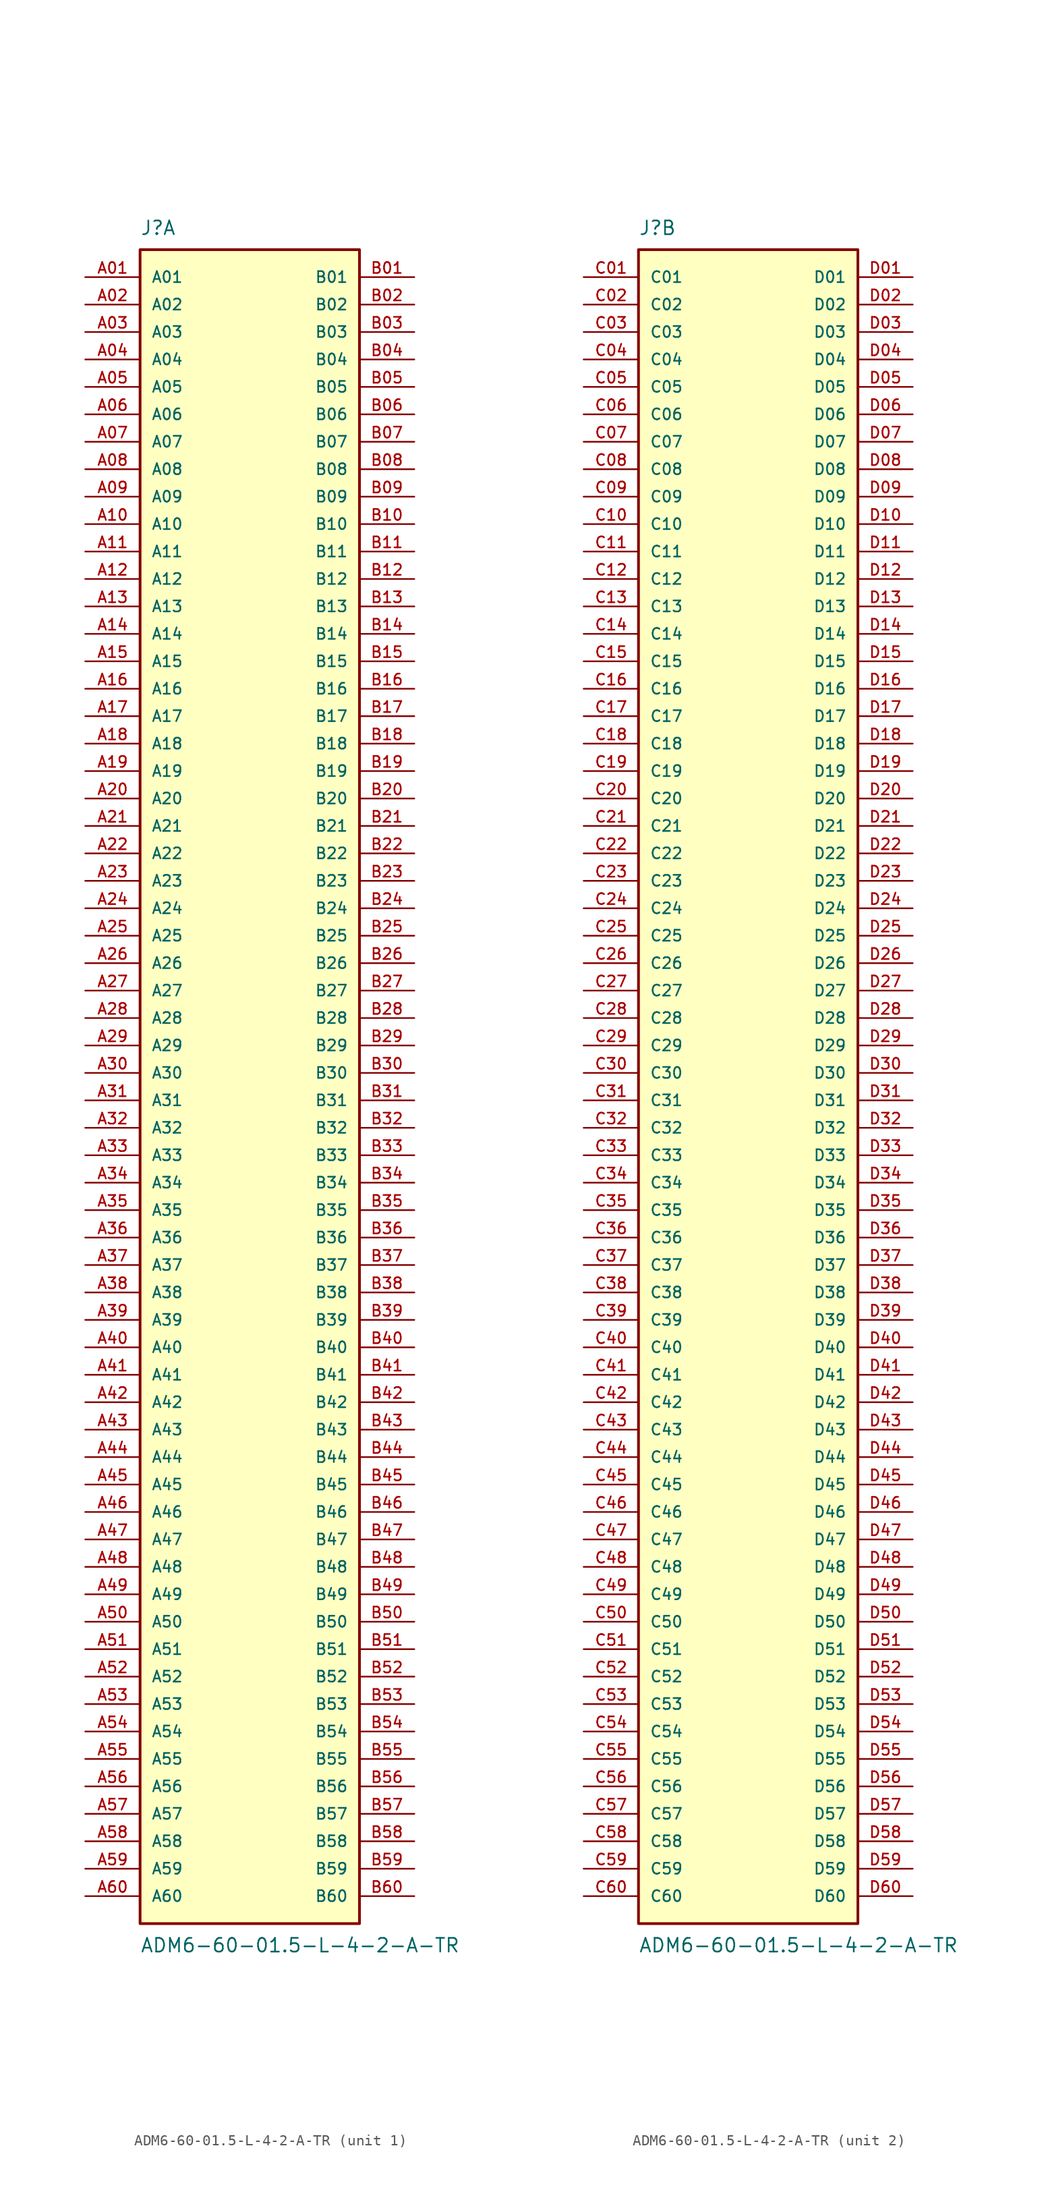
<source format=kicad_sym>
(kicad_symbol_lib
  (version 20211014)
  (generator kicad_symbol_editor)
  (symbol "ADM6-60-01.5-L-4-2-A-TR"
    (pin_names
      (offset 1.016))
    (property "Reference" "J"
      (at -10.16 77.47 0)
      (effects (font (size 1.27 1.27)) (justify bottom left)))
    (property "Value" "ADM6-60-01.5-L-4-2-A-TR"
      (at -10.16 -80.01 0)
      (effects (font (size 1.27 1.27)) (justify top left)))
    (symbol "ADM6-60-01.5-L-4-2-A-TR_1_0"
      (rectangle (start -10.16 -78.74) (end 10.16 76.2) (stroke (width 0.254)) (fill (type background)))
      (pin passive line (at -15.24 73.66 0) (length 5.08) (name "A01" (effects (font (size 1.016 1.016)))) (number "A01" (effects (font (size 1.016 1.016)))))
      (pin passive line (at -15.24 71.12 0) (length 5.08) (name "A02" (effects (font (size 1.016 1.016)))) (number "A02" (effects (font (size 1.016 1.016)))))
      (pin passive line (at -15.24 68.58 0) (length 5.08) (name "A03" (effects (font (size 1.016 1.016)))) (number "A03" (effects (font (size 1.016 1.016)))))
      (pin passive line (at -15.24 66.04 0) (length 5.08) (name "A04" (effects (font (size 1.016 1.016)))) (number "A04" (effects (font (size 1.016 1.016)))))
      (pin passive line (at -15.24 63.5 0) (length 5.08) (name "A05" (effects (font (size 1.016 1.016)))) (number "A05" (effects (font (size 1.016 1.016)))))
      (pin passive line (at -15.24 60.96 0) (length 5.08) (name "A06" (effects (font (size 1.016 1.016)))) (number "A06" (effects (font (size 1.016 1.016)))))
      (pin passive line (at -15.24 58.42 0) (length 5.08) (name "A07" (effects (font (size 1.016 1.016)))) (number "A07" (effects (font (size 1.016 1.016)))))
      (pin passive line (at -15.24 55.88 0) (length 5.08) (name "A08" (effects (font (size 1.016 1.016)))) (number "A08" (effects (font (size 1.016 1.016)))))
      (pin passive line (at -15.24 53.34 0) (length 5.08) (name "A09" (effects (font (size 1.016 1.016)))) (number "A09" (effects (font (size 1.016 1.016)))))
      (pin passive line (at -15.24 50.8 0) (length 5.08) (name "A10" (effects (font (size 1.016 1.016)))) (number "A10" (effects (font (size 1.016 1.016)))))
      (pin passive line (at -15.24 48.26 0) (length 5.08) (name "A11" (effects (font (size 1.016 1.016)))) (number "A11" (effects (font (size 1.016 1.016)))))
      (pin passive line (at -15.24 45.72 0) (length 5.08) (name "A12" (effects (font (size 1.016 1.016)))) (number "A12" (effects (font (size 1.016 1.016)))))
      (pin passive line (at -15.24 43.18 0) (length 5.08) (name "A13" (effects (font (size 1.016 1.016)))) (number "A13" (effects (font (size 1.016 1.016)))))
      (pin passive line (at -15.24 40.64 0) (length 5.08) (name "A14" (effects (font (size 1.016 1.016)))) (number "A14" (effects (font (size 1.016 1.016)))))
      (pin passive line (at -15.24 38.1 0) (length 5.08) (name "A15" (effects (font (size 1.016 1.016)))) (number "A15" (effects (font (size 1.016 1.016)))))
      (pin passive line (at -15.24 35.56 0) (length 5.08) (name "A16" (effects (font (size 1.016 1.016)))) (number "A16" (effects (font (size 1.016 1.016)))))
      (pin passive line (at -15.24 33.02 0) (length 5.08) (name "A17" (effects (font (size 1.016 1.016)))) (number "A17" (effects (font (size 1.016 1.016)))))
      (pin passive line (at -15.24 30.48 0) (length 5.08) (name "A18" (effects (font (size 1.016 1.016)))) (number "A18" (effects (font (size 1.016 1.016)))))
      (pin passive line (at -15.24 27.94 0) (length 5.08) (name "A19" (effects (font (size 1.016 1.016)))) (number "A19" (effects (font (size 1.016 1.016)))))
      (pin passive line (at -15.24 25.4 0) (length 5.08) (name "A20" (effects (font (size 1.016 1.016)))) (number "A20" (effects (font (size 1.016 1.016)))))
      (pin passive line (at -15.24 22.86 0) (length 5.08) (name "A21" (effects (font (size 1.016 1.016)))) (number "A21" (effects (font (size 1.016 1.016)))))
      (pin passive line (at -15.24 20.32 0) (length 5.08) (name "A22" (effects (font (size 1.016 1.016)))) (number "A22" (effects (font (size 1.016 1.016)))))
      (pin passive line (at -15.24 17.78 0) (length 5.08) (name "A23" (effects (font (size 1.016 1.016)))) (number "A23" (effects (font (size 1.016 1.016)))))
      (pin passive line (at -15.24 15.24 0) (length 5.08) (name "A24" (effects (font (size 1.016 1.016)))) (number "A24" (effects (font (size 1.016 1.016)))))
      (pin passive line (at -15.24 12.7 0) (length 5.08) (name "A25" (effects (font (size 1.016 1.016)))) (number "A25" (effects (font (size 1.016 1.016)))))
      (pin passive line (at -15.24 10.16 0) (length 5.08) (name "A26" (effects (font (size 1.016 1.016)))) (number "A26" (effects (font (size 1.016 1.016)))))
      (pin passive line (at -15.24 7.62 0) (length 5.08) (name "A27" (effects (font (size 1.016 1.016)))) (number "A27" (effects (font (size 1.016 1.016)))))
      (pin passive line (at -15.24 5.08 0) (length 5.08) (name "A28" (effects (font (size 1.016 1.016)))) (number "A28" (effects (font (size 1.016 1.016)))))
      (pin passive line (at -15.24 2.54 0) (length 5.08) (name "A29" (effects (font (size 1.016 1.016)))) (number "A29" (effects (font (size 1.016 1.016)))))
      (pin passive line (at -15.24 0.0 0) (length 5.08) (name "A30" (effects (font (size 1.016 1.016)))) (number "A30" (effects (font (size 1.016 1.016)))))
      (pin passive line (at -15.24 -2.54 0) (length 5.08) (name "A31" (effects (font (size 1.016 1.016)))) (number "A31" (effects (font (size 1.016 1.016)))))
      (pin passive line (at -15.24 -5.08 0) (length 5.08) (name "A32" (effects (font (size 1.016 1.016)))) (number "A32" (effects (font (size 1.016 1.016)))))
      (pin passive line (at -15.24 -7.62 0) (length 5.08) (name "A33" (effects (font (size 1.016 1.016)))) (number "A33" (effects (font (size 1.016 1.016)))))
      (pin passive line (at -15.24 -10.16 0) (length 5.08) (name "A34" (effects (font (size 1.016 1.016)))) (number "A34" (effects (font (size 1.016 1.016)))))
      (pin passive line (at -15.24 -12.7 0) (length 5.08) (name "A35" (effects (font (size 1.016 1.016)))) (number "A35" (effects (font (size 1.016 1.016)))))
      (pin passive line (at -15.24 -15.24 0) (length 5.08) (name "A36" (effects (font (size 1.016 1.016)))) (number "A36" (effects (font (size 1.016 1.016)))))
      (pin passive line (at -15.24 -17.78 0) (length 5.08) (name "A37" (effects (font (size 1.016 1.016)))) (number "A37" (effects (font (size 1.016 1.016)))))
      (pin passive line (at -15.24 -20.32 0) (length 5.08) (name "A38" (effects (font (size 1.016 1.016)))) (number "A38" (effects (font (size 1.016 1.016)))))
      (pin passive line (at -15.24 -22.86 0) (length 5.08) (name "A39" (effects (font (size 1.016 1.016)))) (number "A39" (effects (font (size 1.016 1.016)))))
      (pin passive line (at -15.24 -25.4 0) (length 5.08) (name "A40" (effects (font (size 1.016 1.016)))) (number "A40" (effects (font (size 1.016 1.016)))))
      (pin passive line (at -15.24 -27.94 0) (length 5.08) (name "A41" (effects (font (size 1.016 1.016)))) (number "A41" (effects (font (size 1.016 1.016)))))
      (pin passive line (at -15.24 -30.48 0) (length 5.08) (name "A42" (effects (font (size 1.016 1.016)))) (number "A42" (effects (font (size 1.016 1.016)))))
      (pin passive line (at -15.24 -33.02 0) (length 5.08) (name "A43" (effects (font (size 1.016 1.016)))) (number "A43" (effects (font (size 1.016 1.016)))))
      (pin passive line (at -15.24 -35.56 0) (length 5.08) (name "A44" (effects (font (size 1.016 1.016)))) (number "A44" (effects (font (size 1.016 1.016)))))
      (pin passive line (at -15.24 -38.1 0) (length 5.08) (name "A45" (effects (font (size 1.016 1.016)))) (number "A45" (effects (font (size 1.016 1.016)))))
      (pin passive line (at -15.24 -40.64 0) (length 5.08) (name "A46" (effects (font (size 1.016 1.016)))) (number "A46" (effects (font (size 1.016 1.016)))))
      (pin passive line (at -15.24 -43.18 0) (length 5.08) (name "A47" (effects (font (size 1.016 1.016)))) (number "A47" (effects (font (size 1.016 1.016)))))
      (pin passive line (at -15.24 -45.72 0) (length 5.08) (name "A48" (effects (font (size 1.016 1.016)))) (number "A48" (effects (font (size 1.016 1.016)))))
      (pin passive line (at -15.24 -48.26 0) (length 5.08) (name "A49" (effects (font (size 1.016 1.016)))) (number "A49" (effects (font (size 1.016 1.016)))))
      (pin passive line (at -15.24 -50.8 0) (length 5.08) (name "A50" (effects (font (size 1.016 1.016)))) (number "A50" (effects (font (size 1.016 1.016)))))
      (pin passive line (at -15.24 -53.34 0) (length 5.08) (name "A51" (effects (font (size 1.016 1.016)))) (number "A51" (effects (font (size 1.016 1.016)))))
      (pin passive line (at -15.24 -55.88 0) (length 5.08) (name "A52" (effects (font (size 1.016 1.016)))) (number "A52" (effects (font (size 1.016 1.016)))))
      (pin passive line (at -15.24 -58.42 0) (length 5.08) (name "A53" (effects (font (size 1.016 1.016)))) (number "A53" (effects (font (size 1.016 1.016)))))
      (pin passive line (at -15.24 -60.96 0) (length 5.08) (name "A54" (effects (font (size 1.016 1.016)))) (number "A54" (effects (font (size 1.016 1.016)))))
      (pin passive line (at -15.24 -63.5 0) (length 5.08) (name "A55" (effects (font (size 1.016 1.016)))) (number "A55" (effects (font (size 1.016 1.016)))))
      (pin passive line (at -15.24 -66.04 0) (length 5.08) (name "A56" (effects (font (size 1.016 1.016)))) (number "A56" (effects (font (size 1.016 1.016)))))
      (pin passive line (at -15.24 -68.58 0) (length 5.08) (name "A57" (effects (font (size 1.016 1.016)))) (number "A57" (effects (font (size 1.016 1.016)))))
      (pin passive line (at -15.24 -71.12 0) (length 5.08) (name "A58" (effects (font (size 1.016 1.016)))) (number "A58" (effects (font (size 1.016 1.016)))))
      (pin passive line (at -15.24 -73.66 0) (length 5.08) (name "A59" (effects (font (size 1.016 1.016)))) (number "A59" (effects (font (size 1.016 1.016)))))
      (pin passive line (at -15.24 -76.2 0) (length 5.08) (name "A60" (effects (font (size 1.016 1.016)))) (number "A60" (effects (font (size 1.016 1.016)))))
      (pin passive line (at 15.24 73.66 180.0) (length 5.08) (name "B01" (effects (font (size 1.016 1.016)))) (number "B01" (effects (font (size 1.016 1.016)))))
      (pin passive line (at 15.24 71.12 180.0) (length 5.08) (name "B02" (effects (font (size 1.016 1.016)))) (number "B02" (effects (font (size 1.016 1.016)))))
      (pin passive line (at 15.24 68.58 180.0) (length 5.08) (name "B03" (effects (font (size 1.016 1.016)))) (number "B03" (effects (font (size 1.016 1.016)))))
      (pin passive line (at 15.24 66.04 180.0) (length 5.08) (name "B04" (effects (font (size 1.016 1.016)))) (number "B04" (effects (font (size 1.016 1.016)))))
      (pin passive line (at 15.24 63.5 180.0) (length 5.08) (name "B05" (effects (font (size 1.016 1.016)))) (number "B05" (effects (font (size 1.016 1.016)))))
      (pin passive line (at 15.24 60.96 180.0) (length 5.08) (name "B06" (effects (font (size 1.016 1.016)))) (number "B06" (effects (font (size 1.016 1.016)))))
      (pin passive line (at 15.24 58.42 180.0) (length 5.08) (name "B07" (effects (font (size 1.016 1.016)))) (number "B07" (effects (font (size 1.016 1.016)))))
      (pin passive line (at 15.24 55.88 180.0) (length 5.08) (name "B08" (effects (font (size 1.016 1.016)))) (number "B08" (effects (font (size 1.016 1.016)))))
      (pin passive line (at 15.24 53.34 180.0) (length 5.08) (name "B09" (effects (font (size 1.016 1.016)))) (number "B09" (effects (font (size 1.016 1.016)))))
      (pin passive line (at 15.24 50.8 180.0) (length 5.08) (name "B10" (effects (font (size 1.016 1.016)))) (number "B10" (effects (font (size 1.016 1.016)))))
      (pin passive line (at 15.24 48.26 180.0) (length 5.08) (name "B11" (effects (font (size 1.016 1.016)))) (number "B11" (effects (font (size 1.016 1.016)))))
      (pin passive line (at 15.24 45.72 180.0) (length 5.08) (name "B12" (effects (font (size 1.016 1.016)))) (number "B12" (effects (font (size 1.016 1.016)))))
      (pin passive line (at 15.24 43.18 180.0) (length 5.08) (name "B13" (effects (font (size 1.016 1.016)))) (number "B13" (effects (font (size 1.016 1.016)))))
      (pin passive line (at 15.24 40.64 180.0) (length 5.08) (name "B14" (effects (font (size 1.016 1.016)))) (number "B14" (effects (font (size 1.016 1.016)))))
      (pin passive line (at 15.24 38.1 180.0) (length 5.08) (name "B15" (effects (font (size 1.016 1.016)))) (number "B15" (effects (font (size 1.016 1.016)))))
      (pin passive line (at 15.24 35.56 180.0) (length 5.08) (name "B16" (effects (font (size 1.016 1.016)))) (number "B16" (effects (font (size 1.016 1.016)))))
      (pin passive line (at 15.24 33.02 180.0) (length 5.08) (name "B17" (effects (font (size 1.016 1.016)))) (number "B17" (effects (font (size 1.016 1.016)))))
      (pin passive line (at 15.24 30.48 180.0) (length 5.08) (name "B18" (effects (font (size 1.016 1.016)))) (number "B18" (effects (font (size 1.016 1.016)))))
      (pin passive line (at 15.24 27.94 180.0) (length 5.08) (name "B19" (effects (font (size 1.016 1.016)))) (number "B19" (effects (font (size 1.016 1.016)))))
      (pin passive line (at 15.24 25.4 180.0) (length 5.08) (name "B20" (effects (font (size 1.016 1.016)))) (number "B20" (effects (font (size 1.016 1.016)))))
      (pin passive line (at 15.24 22.86 180.0) (length 5.08) (name "B21" (effects (font (size 1.016 1.016)))) (number "B21" (effects (font (size 1.016 1.016)))))
      (pin passive line (at 15.24 20.32 180.0) (length 5.08) (name "B22" (effects (font (size 1.016 1.016)))) (number "B22" (effects (font (size 1.016 1.016)))))
      (pin passive line (at 15.24 17.78 180.0) (length 5.08) (name "B23" (effects (font (size 1.016 1.016)))) (number "B23" (effects (font (size 1.016 1.016)))))
      (pin passive line (at 15.24 15.24 180.0) (length 5.08) (name "B24" (effects (font (size 1.016 1.016)))) (number "B24" (effects (font (size 1.016 1.016)))))
      (pin passive line (at 15.24 12.7 180.0) (length 5.08) (name "B25" (effects (font (size 1.016 1.016)))) (number "B25" (effects (font (size 1.016 1.016)))))
      (pin passive line (at 15.24 10.16 180.0) (length 5.08) (name "B26" (effects (font (size 1.016 1.016)))) (number "B26" (effects (font (size 1.016 1.016)))))
      (pin passive line (at 15.24 7.62 180.0) (length 5.08) (name "B27" (effects (font (size 1.016 1.016)))) (number "B27" (effects (font (size 1.016 1.016)))))
      (pin passive line (at 15.24 5.08 180.0) (length 5.08) (name "B28" (effects (font (size 1.016 1.016)))) (number "B28" (effects (font (size 1.016 1.016)))))
      (pin passive line (at 15.24 2.54 180.0) (length 5.08) (name "B29" (effects (font (size 1.016 1.016)))) (number "B29" (effects (font (size 1.016 1.016)))))
      (pin passive line (at 15.24 0.0 180.0) (length 5.08) (name "B30" (effects (font (size 1.016 1.016)))) (number "B30" (effects (font (size 1.016 1.016)))))
      (pin passive line (at 15.24 -2.54 180.0) (length 5.08) (name "B31" (effects (font (size 1.016 1.016)))) (number "B31" (effects (font (size 1.016 1.016)))))
      (pin passive line (at 15.24 -5.08 180.0) (length 5.08) (name "B32" (effects (font (size 1.016 1.016)))) (number "B32" (effects (font (size 1.016 1.016)))))
      (pin passive line (at 15.24 -7.62 180.0) (length 5.08) (name "B33" (effects (font (size 1.016 1.016)))) (number "B33" (effects (font (size 1.016 1.016)))))
      (pin passive line (at 15.24 -10.16 180.0) (length 5.08) (name "B34" (effects (font (size 1.016 1.016)))) (number "B34" (effects (font (size 1.016 1.016)))))
      (pin passive line (at 15.24 -12.7 180.0) (length 5.08) (name "B35" (effects (font (size 1.016 1.016)))) (number "B35" (effects (font (size 1.016 1.016)))))
      (pin passive line (at 15.24 -15.24 180.0) (length 5.08) (name "B36" (effects (font (size 1.016 1.016)))) (number "B36" (effects (font (size 1.016 1.016)))))
      (pin passive line (at 15.24 -17.78 180.0) (length 5.08) (name "B37" (effects (font (size 1.016 1.016)))) (number "B37" (effects (font (size 1.016 1.016)))))
      (pin passive line (at 15.24 -20.32 180.0) (length 5.08) (name "B38" (effects (font (size 1.016 1.016)))) (number "B38" (effects (font (size 1.016 1.016)))))
      (pin passive line (at 15.24 -22.86 180.0) (length 5.08) (name "B39" (effects (font (size 1.016 1.016)))) (number "B39" (effects (font (size 1.016 1.016)))))
      (pin passive line (at 15.24 -25.4 180.0) (length 5.08) (name "B40" (effects (font (size 1.016 1.016)))) (number "B40" (effects (font (size 1.016 1.016)))))
      (pin passive line (at 15.24 -27.94 180.0) (length 5.08) (name "B41" (effects (font (size 1.016 1.016)))) (number "B41" (effects (font (size 1.016 1.016)))))
      (pin passive line (at 15.24 -30.48 180.0) (length 5.08) (name "B42" (effects (font (size 1.016 1.016)))) (number "B42" (effects (font (size 1.016 1.016)))))
      (pin passive line (at 15.24 -33.02 180.0) (length 5.08) (name "B43" (effects (font (size 1.016 1.016)))) (number "B43" (effects (font (size 1.016 1.016)))))
      (pin passive line (at 15.24 -35.56 180.0) (length 5.08) (name "B44" (effects (font (size 1.016 1.016)))) (number "B44" (effects (font (size 1.016 1.016)))))
      (pin passive line (at 15.24 -38.1 180.0) (length 5.08) (name "B45" (effects (font (size 1.016 1.016)))) (number "B45" (effects (font (size 1.016 1.016)))))
      (pin passive line (at 15.24 -40.64 180.0) (length 5.08) (name "B46" (effects (font (size 1.016 1.016)))) (number "B46" (effects (font (size 1.016 1.016)))))
      (pin passive line (at 15.24 -43.18 180.0) (length 5.08) (name "B47" (effects (font (size 1.016 1.016)))) (number "B47" (effects (font (size 1.016 1.016)))))
      (pin passive line (at 15.24 -45.72 180.0) (length 5.08) (name "B48" (effects (font (size 1.016 1.016)))) (number "B48" (effects (font (size 1.016 1.016)))))
      (pin passive line (at 15.24 -48.26 180.0) (length 5.08) (name "B49" (effects (font (size 1.016 1.016)))) (number "B49" (effects (font (size 1.016 1.016)))))
      (pin passive line (at 15.24 -50.8 180.0) (length 5.08) (name "B50" (effects (font (size 1.016 1.016)))) (number "B50" (effects (font (size 1.016 1.016)))))
      (pin passive line (at 15.24 -53.34 180.0) (length 5.08) (name "B51" (effects (font (size 1.016 1.016)))) (number "B51" (effects (font (size 1.016 1.016)))))
      (pin passive line (at 15.24 -55.88 180.0) (length 5.08) (name "B52" (effects (font (size 1.016 1.016)))) (number "B52" (effects (font (size 1.016 1.016)))))
      (pin passive line (at 15.24 -58.42 180.0) (length 5.08) (name "B53" (effects (font (size 1.016 1.016)))) (number "B53" (effects (font (size 1.016 1.016)))))
      (pin passive line (at 15.24 -60.96 180.0) (length 5.08) (name "B54" (effects (font (size 1.016 1.016)))) (number "B54" (effects (font (size 1.016 1.016)))))
      (pin passive line (at 15.24 -63.5 180.0) (length 5.08) (name "B55" (effects (font (size 1.016 1.016)))) (number "B55" (effects (font (size 1.016 1.016)))))
      (pin passive line (at 15.24 -66.04 180.0) (length 5.08) (name "B56" (effects (font (size 1.016 1.016)))) (number "B56" (effects (font (size 1.016 1.016)))))
      (pin passive line (at 15.24 -68.58 180.0) (length 5.08) (name "B57" (effects (font (size 1.016 1.016)))) (number "B57" (effects (font (size 1.016 1.016)))))
      (pin passive line (at 15.24 -71.12 180.0) (length 5.08) (name "B58" (effects (font (size 1.016 1.016)))) (number "B58" (effects (font (size 1.016 1.016)))))
      (pin passive line (at 15.24 -73.66 180.0) (length 5.08) (name "B59" (effects (font (size 1.016 1.016)))) (number "B59" (effects (font (size 1.016 1.016)))))
      (pin passive line (at 15.24 -76.2 180.0) (length 5.08) (name "B60" (effects (font (size 1.016 1.016)))) (number "B60" (effects (font (size 1.016 1.016))))))
    (symbol "ADM6-60-01.5-L-4-2-A-TR_2_0"
      (rectangle (start -10.16 -78.74) (end 10.16 76.2) (stroke (width 0.254)) (fill (type background)))
      (pin passive line (at -15.24 73.66 0) (length 5.08) (name "C01" (effects (font (size 1.016 1.016)))) (number "C01" (effects (font (size 1.016 1.016)))))
      (pin passive line (at 15.24 73.66 180.0) (length 5.08) (name "D01" (effects (font (size 1.016 1.016)))) (number "D01" (effects (font (size 1.016 1.016)))))
      (pin passive line (at -15.24 71.12 0) (length 5.08) (name "C02" (effects (font (size 1.016 1.016)))) (number "C02" (effects (font (size 1.016 1.016)))))
      (pin passive line (at -15.24 68.58 0) (length 5.08) (name "C03" (effects (font (size 1.016 1.016)))) (number "C03" (effects (font (size 1.016 1.016)))))
      (pin passive line (at -15.24 66.04 0) (length 5.08) (name "C04" (effects (font (size 1.016 1.016)))) (number "C04" (effects (font (size 1.016 1.016)))))
      (pin passive line (at -15.24 63.5 0) (length 5.08) (name "C05" (effects (font (size 1.016 1.016)))) (number "C05" (effects (font (size 1.016 1.016)))))
      (pin passive line (at -15.24 60.96 0) (length 5.08) (name "C06" (effects (font (size 1.016 1.016)))) (number "C06" (effects (font (size 1.016 1.016)))))
      (pin passive line (at -15.24 58.42 0) (length 5.08) (name "C07" (effects (font (size 1.016 1.016)))) (number "C07" (effects (font (size 1.016 1.016)))))
      (pin passive line (at -15.24 55.88 0) (length 5.08) (name "C08" (effects (font (size 1.016 1.016)))) (number "C08" (effects (font (size 1.016 1.016)))))
      (pin passive line (at -15.24 53.34 0) (length 5.08) (name "C09" (effects (font (size 1.016 1.016)))) (number "C09" (effects (font (size 1.016 1.016)))))
      (pin passive line (at -15.24 50.8 0) (length 5.08) (name "C10" (effects (font (size 1.016 1.016)))) (number "C10" (effects (font (size 1.016 1.016)))))
      (pin passive line (at -15.24 48.26 0) (length 5.08) (name "C11" (effects (font (size 1.016 1.016)))) (number "C11" (effects (font (size 1.016 1.016)))))
      (pin passive line (at -15.24 45.72 0) (length 5.08) (name "C12" (effects (font (size 1.016 1.016)))) (number "C12" (effects (font (size 1.016 1.016)))))
      (pin passive line (at -15.24 43.18 0) (length 5.08) (name "C13" (effects (font (size 1.016 1.016)))) (number "C13" (effects (font (size 1.016 1.016)))))
      (pin passive line (at -15.24 40.64 0) (length 5.08) (name "C14" (effects (font (size 1.016 1.016)))) (number "C14" (effects (font (size 1.016 1.016)))))
      (pin passive line (at -15.24 38.1 0) (length 5.08) (name "C15" (effects (font (size 1.016 1.016)))) (number "C15" (effects (font (size 1.016 1.016)))))
      (pin passive line (at -15.24 35.56 0) (length 5.08) (name "C16" (effects (font (size 1.016 1.016)))) (number "C16" (effects (font (size 1.016 1.016)))))
      (pin passive line (at -15.24 33.02 0) (length 5.08) (name "C17" (effects (font (size 1.016 1.016)))) (number "C17" (effects (font (size 1.016 1.016)))))
      (pin passive line (at -15.24 30.48 0) (length 5.08) (name "C18" (effects (font (size 1.016 1.016)))) (number "C18" (effects (font (size 1.016 1.016)))))
      (pin passive line (at -15.24 27.94 0) (length 5.08) (name "C19" (effects (font (size 1.016 1.016)))) (number "C19" (effects (font (size 1.016 1.016)))))
      (pin passive line (at -15.24 25.4 0) (length 5.08) (name "C20" (effects (font (size 1.016 1.016)))) (number "C20" (effects (font (size 1.016 1.016)))))
      (pin passive line (at -15.24 22.86 0) (length 5.08) (name "C21" (effects (font (size 1.016 1.016)))) (number "C21" (effects (font (size 1.016 1.016)))))
      (pin passive line (at -15.24 20.32 0) (length 5.08) (name "C22" (effects (font (size 1.016 1.016)))) (number "C22" (effects (font (size 1.016 1.016)))))
      (pin passive line (at -15.24 17.78 0) (length 5.08) (name "C23" (effects (font (size 1.016 1.016)))) (number "C23" (effects (font (size 1.016 1.016)))))
      (pin passive line (at -15.24 15.24 0) (length 5.08) (name "C24" (effects (font (size 1.016 1.016)))) (number "C24" (effects (font (size 1.016 1.016)))))
      (pin passive line (at -15.24 12.7 0) (length 5.08) (name "C25" (effects (font (size 1.016 1.016)))) (number "C25" (effects (font (size 1.016 1.016)))))
      (pin passive line (at -15.24 10.16 0) (length 5.08) (name "C26" (effects (font (size 1.016 1.016)))) (number "C26" (effects (font (size 1.016 1.016)))))
      (pin passive line (at -15.24 7.62 0) (length 5.08) (name "C27" (effects (font (size 1.016 1.016)))) (number "C27" (effects (font (size 1.016 1.016)))))
      (pin passive line (at -15.24 5.08 0) (length 5.08) (name "C28" (effects (font (size 1.016 1.016)))) (number "C28" (effects (font (size 1.016 1.016)))))
      (pin passive line (at -15.24 2.54 0) (length 5.08) (name "C29" (effects (font (size 1.016 1.016)))) (number "C29" (effects (font (size 1.016 1.016)))))
      (pin passive line (at -15.24 0.0 0) (length 5.08) (name "C30" (effects (font (size 1.016 1.016)))) (number "C30" (effects (font (size 1.016 1.016)))))
      (pin passive line (at -15.24 -2.54 0) (length 5.08) (name "C31" (effects (font (size 1.016 1.016)))) (number "C31" (effects (font (size 1.016 1.016)))))
      (pin passive line (at -15.24 -5.08 0) (length 5.08) (name "C32" (effects (font (size 1.016 1.016)))) (number "C32" (effects (font (size 1.016 1.016)))))
      (pin passive line (at -15.24 -7.62 0) (length 5.08) (name "C33" (effects (font (size 1.016 1.016)))) (number "C33" (effects (font (size 1.016 1.016)))))
      (pin passive line (at -15.24 -10.16 0) (length 5.08) (name "C34" (effects (font (size 1.016 1.016)))) (number "C34" (effects (font (size 1.016 1.016)))))
      (pin passive line (at -15.24 -12.7 0) (length 5.08) (name "C35" (effects (font (size 1.016 1.016)))) (number "C35" (effects (font (size 1.016 1.016)))))
      (pin passive line (at -15.24 -15.24 0) (length 5.08) (name "C36" (effects (font (size 1.016 1.016)))) (number "C36" (effects (font (size 1.016 1.016)))))
      (pin passive line (at -15.24 -17.78 0) (length 5.08) (name "C37" (effects (font (size 1.016 1.016)))) (number "C37" (effects (font (size 1.016 1.016)))))
      (pin passive line (at -15.24 -20.32 0) (length 5.08) (name "C38" (effects (font (size 1.016 1.016)))) (number "C38" (effects (font (size 1.016 1.016)))))
      (pin passive line (at -15.24 -22.86 0) (length 5.08) (name "C39" (effects (font (size 1.016 1.016)))) (number "C39" (effects (font (size 1.016 1.016)))))
      (pin passive line (at -15.24 -25.4 0) (length 5.08) (name "C40" (effects (font (size 1.016 1.016)))) (number "C40" (effects (font (size 1.016 1.016)))))
      (pin passive line (at -15.24 -27.94 0) (length 5.08) (name "C41" (effects (font (size 1.016 1.016)))) (number "C41" (effects (font (size 1.016 1.016)))))
      (pin passive line (at -15.24 -30.48 0) (length 5.08) (name "C42" (effects (font (size 1.016 1.016)))) (number "C42" (effects (font (size 1.016 1.016)))))
      (pin passive line (at -15.24 -33.02 0) (length 5.08) (name "C43" (effects (font (size 1.016 1.016)))) (number "C43" (effects (font (size 1.016 1.016)))))
      (pin passive line (at -15.24 -35.56 0) (length 5.08) (name "C44" (effects (font (size 1.016 1.016)))) (number "C44" (effects (font (size 1.016 1.016)))))
      (pin passive line (at -15.24 -38.1 0) (length 5.08) (name "C45" (effects (font (size 1.016 1.016)))) (number "C45" (effects (font (size 1.016 1.016)))))
      (pin passive line (at -15.24 -40.64 0) (length 5.08) (name "C46" (effects (font (size 1.016 1.016)))) (number "C46" (effects (font (size 1.016 1.016)))))
      (pin passive line (at -15.24 -43.18 0) (length 5.08) (name "C47" (effects (font (size 1.016 1.016)))) (number "C47" (effects (font (size 1.016 1.016)))))
      (pin passive line (at -15.24 -45.72 0) (length 5.08) (name "C48" (effects (font (size 1.016 1.016)))) (number "C48" (effects (font (size 1.016 1.016)))))
      (pin passive line (at -15.24 -48.26 0) (length 5.08) (name "C49" (effects (font (size 1.016 1.016)))) (number "C49" (effects (font (size 1.016 1.016)))))
      (pin passive line (at -15.24 -50.8 0) (length 5.08) (name "C50" (effects (font (size 1.016 1.016)))) (number "C50" (effects (font (size 1.016 1.016)))))
      (pin passive line (at -15.24 -53.34 0) (length 5.08) (name "C51" (effects (font (size 1.016 1.016)))) (number "C51" (effects (font (size 1.016 1.016)))))
      (pin passive line (at -15.24 -55.88 0) (length 5.08) (name "C52" (effects (font (size 1.016 1.016)))) (number "C52" (effects (font (size 1.016 1.016)))))
      (pin passive line (at -15.24 -58.42 0) (length 5.08) (name "C53" (effects (font (size 1.016 1.016)))) (number "C53" (effects (font (size 1.016 1.016)))))
      (pin passive line (at -15.24 -60.96 0) (length 5.08) (name "C54" (effects (font (size 1.016 1.016)))) (number "C54" (effects (font (size 1.016 1.016)))))
      (pin passive line (at -15.24 -63.5 0) (length 5.08) (name "C55" (effects (font (size 1.016 1.016)))) (number "C55" (effects (font (size 1.016 1.016)))))
      (pin passive line (at -15.24 -66.04 0) (length 5.08) (name "C56" (effects (font (size 1.016 1.016)))) (number "C56" (effects (font (size 1.016 1.016)))))
      (pin passive line (at -15.24 -68.58 0) (length 5.08) (name "C57" (effects (font (size 1.016 1.016)))) (number "C57" (effects (font (size 1.016 1.016)))))
      (pin passive line (at -15.24 -71.12 0) (length 5.08) (name "C58" (effects (font (size 1.016 1.016)))) (number "C58" (effects (font (size 1.016 1.016)))))
      (pin passive line (at -15.24 -73.66 0) (length 5.08) (name "C59" (effects (font (size 1.016 1.016)))) (number "C59" (effects (font (size 1.016 1.016)))))
      (pin passive line (at -15.24 -76.2 0) (length 5.08) (name "C60" (effects (font (size 1.016 1.016)))) (number "C60" (effects (font (size 1.016 1.016)))))
      (pin passive line (at 15.24 71.12 180.0) (length 5.08) (name "D02" (effects (font (size 1.016 1.016)))) (number "D02" (effects (font (size 1.016 1.016)))))
      (pin passive line (at 15.24 68.58 180.0) (length 5.08) (name "D03" (effects (font (size 1.016 1.016)))) (number "D03" (effects (font (size 1.016 1.016)))))
      (pin passive line (at 15.24 66.04 180.0) (length 5.08) (name "D04" (effects (font (size 1.016 1.016)))) (number "D04" (effects (font (size 1.016 1.016)))))
      (pin passive line (at 15.24 63.5 180.0) (length 5.08) (name "D05" (effects (font (size 1.016 1.016)))) (number "D05" (effects (font (size 1.016 1.016)))))
      (pin passive line (at 15.24 60.96 180.0) (length 5.08) (name "D06" (effects (font (size 1.016 1.016)))) (number "D06" (effects (font (size 1.016 1.016)))))
      (pin passive line (at 15.24 58.42 180.0) (length 5.08) (name "D07" (effects (font (size 1.016 1.016)))) (number "D07" (effects (font (size 1.016 1.016)))))
      (pin passive line (at 15.24 55.88 180.0) (length 5.08) (name "D08" (effects (font (size 1.016 1.016)))) (number "D08" (effects (font (size 1.016 1.016)))))
      (pin passive line (at 15.24 53.34 180.0) (length 5.08) (name "D09" (effects (font (size 1.016 1.016)))) (number "D09" (effects (font (size 1.016 1.016)))))
      (pin passive line (at 15.24 50.8 180.0) (length 5.08) (name "D10" (effects (font (size 1.016 1.016)))) (number "D10" (effects (font (size 1.016 1.016)))))
      (pin passive line (at 15.24 48.26 180.0) (length 5.08) (name "D11" (effects (font (size 1.016 1.016)))) (number "D11" (effects (font (size 1.016 1.016)))))
      (pin passive line (at 15.24 45.72 180.0) (length 5.08) (name "D12" (effects (font (size 1.016 1.016)))) (number "D12" (effects (font (size 1.016 1.016)))))
      (pin passive line (at 15.24 43.18 180.0) (length 5.08) (name "D13" (effects (font (size 1.016 1.016)))) (number "D13" (effects (font (size 1.016 1.016)))))
      (pin passive line (at 15.24 40.64 180.0) (length 5.08) (name "D14" (effects (font (size 1.016 1.016)))) (number "D14" (effects (font (size 1.016 1.016)))))
      (pin passive line (at 15.24 38.1 180.0) (length 5.08) (name "D15" (effects (font (size 1.016 1.016)))) (number "D15" (effects (font (size 1.016 1.016)))))
      (pin passive line (at 15.24 35.56 180.0) (length 5.08) (name "D16" (effects (font (size 1.016 1.016)))) (number "D16" (effects (font (size 1.016 1.016)))))
      (pin passive line (at 15.24 33.02 180.0) (length 5.08) (name "D17" (effects (font (size 1.016 1.016)))) (number "D17" (effects (font (size 1.016 1.016)))))
      (pin passive line (at 15.24 30.48 180.0) (length 5.08) (name "D18" (effects (font (size 1.016 1.016)))) (number "D18" (effects (font (size 1.016 1.016)))))
      (pin passive line (at 15.24 27.94 180.0) (length 5.08) (name "D19" (effects (font (size 1.016 1.016)))) (number "D19" (effects (font (size 1.016 1.016)))))
      (pin passive line (at 15.24 25.4 180.0) (length 5.08) (name "D20" (effects (font (size 1.016 1.016)))) (number "D20" (effects (font (size 1.016 1.016)))))
      (pin passive line (at 15.24 22.86 180.0) (length 5.08) (name "D21" (effects (font (size 1.016 1.016)))) (number "D21" (effects (font (size 1.016 1.016)))))
      (pin passive line (at 15.24 20.32 180.0) (length 5.08) (name "D22" (effects (font (size 1.016 1.016)))) (number "D22" (effects (font (size 1.016 1.016)))))
      (pin passive line (at 15.24 17.78 180.0) (length 5.08) (name "D23" (effects (font (size 1.016 1.016)))) (number "D23" (effects (font (size 1.016 1.016)))))
      (pin passive line (at 15.24 15.24 180.0) (length 5.08) (name "D24" (effects (font (size 1.016 1.016)))) (number "D24" (effects (font (size 1.016 1.016)))))
      (pin passive line (at 15.24 12.7 180.0) (length 5.08) (name "D25" (effects (font (size 1.016 1.016)))) (number "D25" (effects (font (size 1.016 1.016)))))
      (pin passive line (at 15.24 10.16 180.0) (length 5.08) (name "D26" (effects (font (size 1.016 1.016)))) (number "D26" (effects (font (size 1.016 1.016)))))
      (pin passive line (at 15.24 7.62 180.0) (length 5.08) (name "D27" (effects (font (size 1.016 1.016)))) (number "D27" (effects (font (size 1.016 1.016)))))
      (pin passive line (at 15.24 5.08 180.0) (length 5.08) (name "D28" (effects (font (size 1.016 1.016)))) (number "D28" (effects (font (size 1.016 1.016)))))
      (pin passive line (at 15.24 2.54 180.0) (length 5.08) (name "D29" (effects (font (size 1.016 1.016)))) (number "D29" (effects (font (size 1.016 1.016)))))
      (pin passive line (at 15.24 0.0 180.0) (length 5.08) (name "D30" (effects (font (size 1.016 1.016)))) (number "D30" (effects (font (size 1.016 1.016)))))
      (pin passive line (at 15.24 -2.54 180.0) (length 5.08) (name "D31" (effects (font (size 1.016 1.016)))) (number "D31" (effects (font (size 1.016 1.016)))))
      (pin passive line (at 15.24 -5.08 180.0) (length 5.08) (name "D32" (effects (font (size 1.016 1.016)))) (number "D32" (effects (font (size 1.016 1.016)))))
      (pin passive line (at 15.24 -7.62 180.0) (length 5.08) (name "D33" (effects (font (size 1.016 1.016)))) (number "D33" (effects (font (size 1.016 1.016)))))
      (pin passive line (at 15.24 -10.16 180.0) (length 5.08) (name "D34" (effects (font (size 1.016 1.016)))) (number "D34" (effects (font (size 1.016 1.016)))))
      (pin passive line (at 15.24 -12.7 180.0) (length 5.08) (name "D35" (effects (font (size 1.016 1.016)))) (number "D35" (effects (font (size 1.016 1.016)))))
      (pin passive line (at 15.24 -15.24 180.0) (length 5.08) (name "D36" (effects (font (size 1.016 1.016)))) (number "D36" (effects (font (size 1.016 1.016)))))
      (pin passive line (at 15.24 -17.78 180.0) (length 5.08) (name "D37" (effects (font (size 1.016 1.016)))) (number "D37" (effects (font (size 1.016 1.016)))))
      (pin passive line (at 15.24 -20.32 180.0) (length 5.08) (name "D38" (effects (font (size 1.016 1.016)))) (number "D38" (effects (font (size 1.016 1.016)))))
      (pin passive line (at 15.24 -22.86 180.0) (length 5.08) (name "D39" (effects (font (size 1.016 1.016)))) (number "D39" (effects (font (size 1.016 1.016)))))
      (pin passive line (at 15.24 -25.4 180.0) (length 5.08) (name "D40" (effects (font (size 1.016 1.016)))) (number "D40" (effects (font (size 1.016 1.016)))))
      (pin passive line (at 15.24 -27.94 180.0) (length 5.08) (name "D41" (effects (font (size 1.016 1.016)))) (number "D41" (effects (font (size 1.016 1.016)))))
      (pin passive line (at 15.24 -30.48 180.0) (length 5.08) (name "D42" (effects (font (size 1.016 1.016)))) (number "D42" (effects (font (size 1.016 1.016)))))
      (pin passive line (at 15.24 -33.02 180.0) (length 5.08) (name "D43" (effects (font (size 1.016 1.016)))) (number "D43" (effects (font (size 1.016 1.016)))))
      (pin passive line (at 15.24 -35.56 180.0) (length 5.08) (name "D44" (effects (font (size 1.016 1.016)))) (number "D44" (effects (font (size 1.016 1.016)))))
      (pin passive line (at 15.24 -38.1 180.0) (length 5.08) (name "D45" (effects (font (size 1.016 1.016)))) (number "D45" (effects (font (size 1.016 1.016)))))
      (pin passive line (at 15.24 -40.64 180.0) (length 5.08) (name "D46" (effects (font (size 1.016 1.016)))) (number "D46" (effects (font (size 1.016 1.016)))))
      (pin passive line (at 15.24 -43.18 180.0) (length 5.08) (name "D47" (effects (font (size 1.016 1.016)))) (number "D47" (effects (font (size 1.016 1.016)))))
      (pin passive line (at 15.24 -45.72 180.0) (length 5.08) (name "D48" (effects (font (size 1.016 1.016)))) (number "D48" (effects (font (size 1.016 1.016)))))
      (pin passive line (at 15.24 -48.26 180.0) (length 5.08) (name "D49" (effects (font (size 1.016 1.016)))) (number "D49" (effects (font (size 1.016 1.016)))))
      (pin passive line (at 15.24 -50.8 180.0) (length 5.08) (name "D50" (effects (font (size 1.016 1.016)))) (number "D50" (effects (font (size 1.016 1.016)))))
      (pin passive line (at 15.24 -53.34 180.0) (length 5.08) (name "D51" (effects (font (size 1.016 1.016)))) (number "D51" (effects (font (size 1.016 1.016)))))
      (pin passive line (at 15.24 -55.88 180.0) (length 5.08) (name "D52" (effects (font (size 1.016 1.016)))) (number "D52" (effects (font (size 1.016 1.016)))))
      (pin passive line (at 15.24 -58.42 180.0) (length 5.08) (name "D53" (effects (font (size 1.016 1.016)))) (number "D53" (effects (font (size 1.016 1.016)))))
      (pin passive line (at 15.24 -60.96 180.0) (length 5.08) (name "D54" (effects (font (size 1.016 1.016)))) (number "D54" (effects (font (size 1.016 1.016)))))
      (pin passive line (at 15.24 -63.5 180.0) (length 5.08) (name "D55" (effects (font (size 1.016 1.016)))) (number "D55" (effects (font (size 1.016 1.016)))))
      (pin passive line (at 15.24 -66.04 180.0) (length 5.08) (name "D56" (effects (font (size 1.016 1.016)))) (number "D56" (effects (font (size 1.016 1.016)))))
      (pin passive line (at 15.24 -68.58 180.0) (length 5.08) (name "D57" (effects (font (size 1.016 1.016)))) (number "D57" (effects (font (size 1.016 1.016)))))
      (pin passive line (at 15.24 -71.12 180.0) (length 5.08) (name "D58" (effects (font (size 1.016 1.016)))) (number "D58" (effects (font (size 1.016 1.016)))))
      (pin passive line (at 15.24 -73.66 180.0) (length 5.08) (name "D59" (effects (font (size 1.016 1.016)))) (number "D59" (effects (font (size 1.016 1.016)))))
      (pin passive line (at 15.24 -76.2 180.0) (length 5.08) (name "D60" (effects (font (size 1.016 1.016)))) (number "D60" (effects (font (size 1.016 1.016))))))))
</source>
